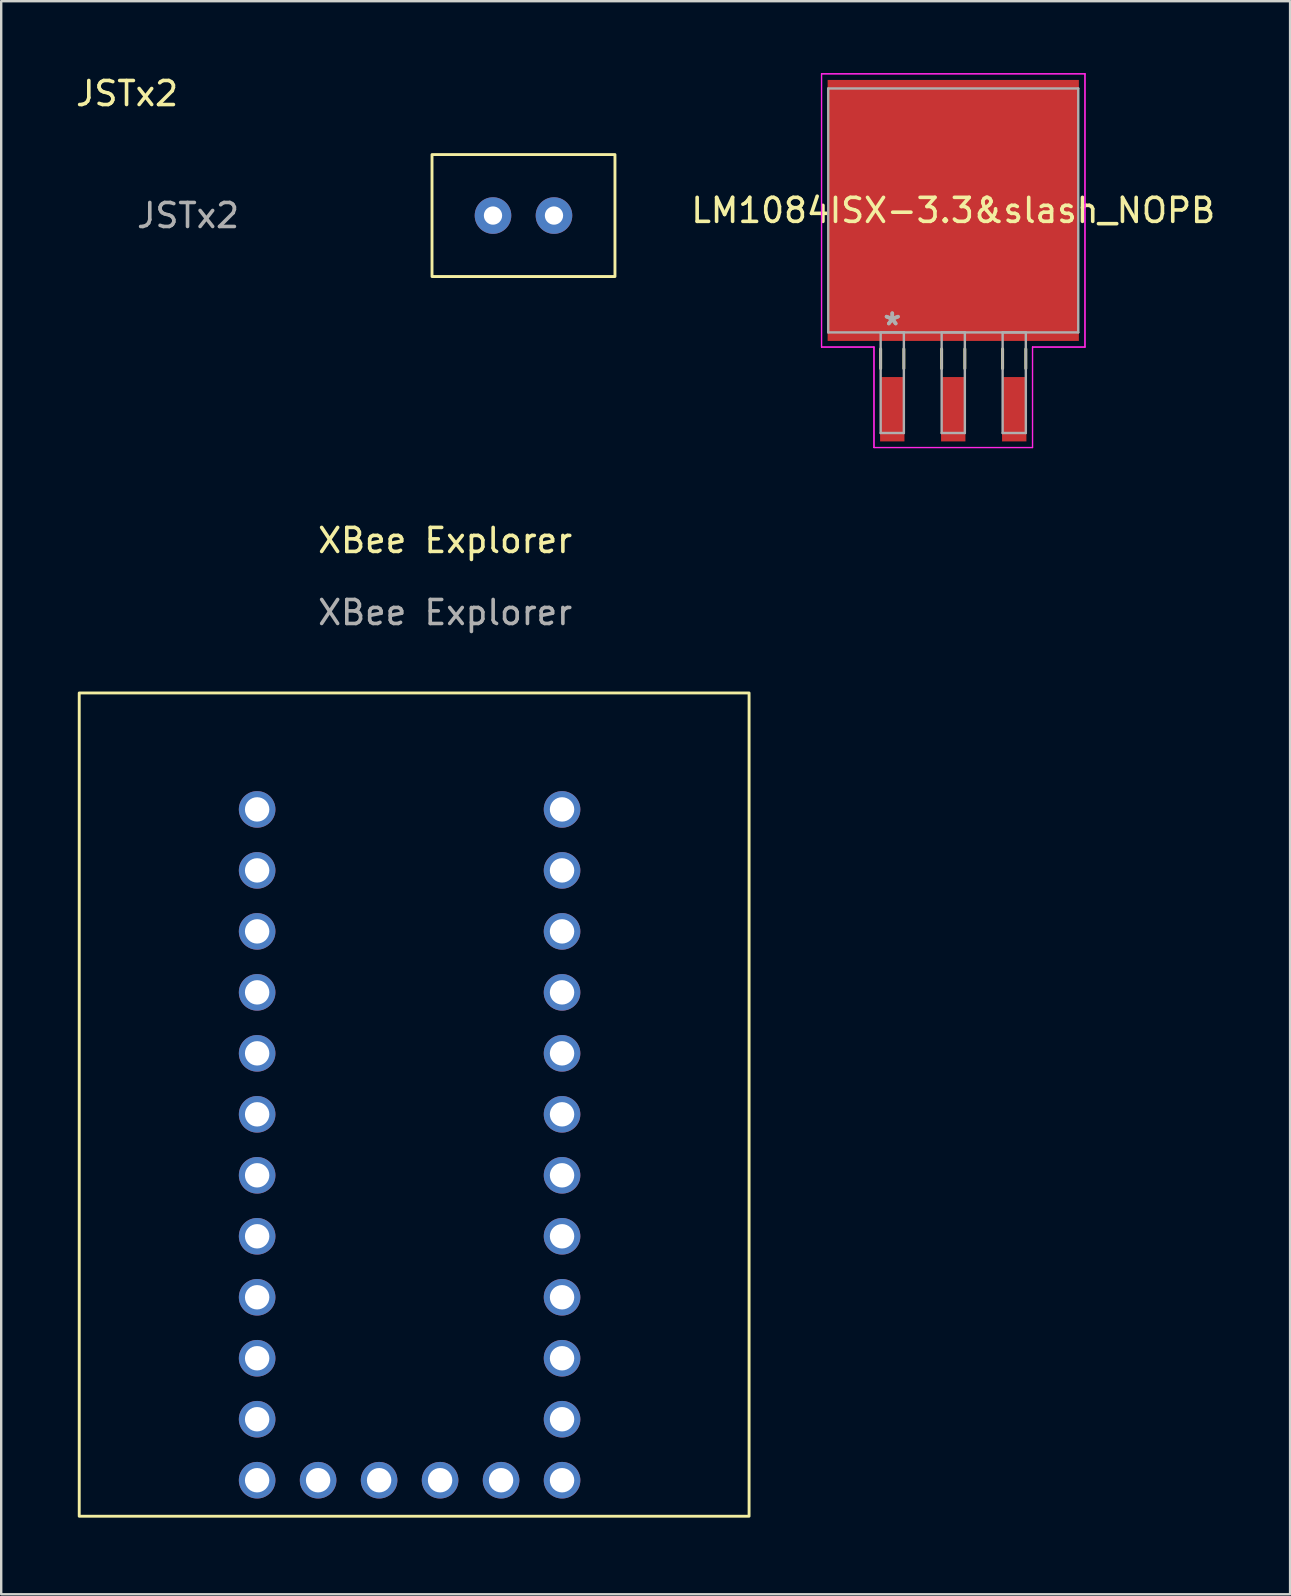
<source format=kicad_pcb>
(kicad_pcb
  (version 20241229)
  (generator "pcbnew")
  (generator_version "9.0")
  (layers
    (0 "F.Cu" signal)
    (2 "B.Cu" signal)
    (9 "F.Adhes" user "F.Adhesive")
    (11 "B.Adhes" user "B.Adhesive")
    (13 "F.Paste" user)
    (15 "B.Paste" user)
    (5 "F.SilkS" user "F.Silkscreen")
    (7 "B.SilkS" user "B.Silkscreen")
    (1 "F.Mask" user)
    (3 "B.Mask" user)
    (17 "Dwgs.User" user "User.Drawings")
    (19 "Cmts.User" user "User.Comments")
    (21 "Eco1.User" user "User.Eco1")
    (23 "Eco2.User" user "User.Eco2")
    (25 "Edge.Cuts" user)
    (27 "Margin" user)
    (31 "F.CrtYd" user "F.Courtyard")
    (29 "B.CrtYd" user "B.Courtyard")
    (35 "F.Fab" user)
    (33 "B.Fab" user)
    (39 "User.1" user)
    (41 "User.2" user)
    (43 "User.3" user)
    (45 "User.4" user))
  (footprint "XBee Explorer"
    (layer "F.Cu")
    (at 0.25 60.103)
    (property "Reference" "XBee Explorer" (at 15.24 -40.64 0) (unlocked yes) (layer "F.SilkS") (effects (font (size 1 1) (thickness 0.15))))
    (attr through_hole)
    (fp_rect (start 0 0) (end 27.9 -34.29) (stroke (width 0.12) (type solid)) (fill no) (layer "F.SilkS"))
    (fp_text user "${REFERENCE}" (at 15.24 -37.64 0) (unlocked yes) (layer "F.Fab") (effects (font (size 1 1) (thickness 0.15))))
    (pad "1" thru_hole circle (at 9.95 -1.5) (size 1.524 1.524) (drill 1.016) (layers "*.Cu" "*.Mask" "Eco1.User"))
    (pad "2" thru_hole circle (at 12.49 -1.5) (size 1.524 1.524) (drill 1.016) (layers "*.Cu" "*.Mask"))
    (pad "3" thru_hole circle (at 15.03 -1.5) (size 1.524 1.524) (drill 1.016) (layers "*.Cu" "*.Mask"))
    (pad "4" thru_hole circle (at 17.57 -1.5) (size 1.524 1.524) (drill 1.016) (layers "*.Cu" "*.Mask"))
    (pad "5" thru_hole circle (at 7.41 -1.5) (size 1.524 1.524) (drill 1.016) (layers "*.Cu" "*.Mask"))
    (pad "6" thru_hole circle (at 20.11 -1.5) (size 1.524 1.524) (drill 1.016) (layers "*.Cu" "*.Mask"))
    (pad "7" thru_hole circle (at 20.11 -4.04) (size 1.524 1.524) (drill 1.016) (layers "*.Cu" "*.Mask"))
    (pad "8" thru_hole circle (at 20.11 -6.58) (size 1.524 1.524) (drill 1.016) (layers "*.Cu" "*.Mask"))
    (pad "9" thru_hole circle (at 20.11 -9.12) (size 1.524 1.524) (drill 1.016) (layers "*.Cu" "*.Mask"))
    (pad "10" thru_hole circle (at 20.11 -11.66) (size 1.524 1.524) (drill 1.016) (layers "*.Cu" "*.Mask"))
    (pad "11" thru_hole circle (at 20.11 -14.2) (size 1.524 1.524) (drill 1.016) (layers "*.Cu" "*.Mask"))
    (pad "12" thru_hole circle (at 20.11 -16.74) (size 1.524 1.524) (drill 1.016) (layers "*.Cu" "*.Mask"))
    (pad "14" thru_hole circle (at 20.11 -19.28) (size 1.524 1.524) (drill 1.016) (layers "*.Cu" "*.Mask"))
    (pad "15" thru_hole circle (at 20.11 -21.82) (size 1.524 1.524) (drill 1.016) (layers "*.Cu" "*.Mask"))
    (pad "16" thru_hole circle (at 20.11 -24.36) (size 1.524 1.524) (drill 1.016) (layers "*.Cu" "*.Mask"))
    (pad "18" thru_hole circle (at 20.11 -26.9) (size 1.524 1.524) (drill 1.016) (layers "*.Cu" "*.Mask"))
    (pad "19" thru_hole circle (at 20.11 -29.44) (size 1.524 1.524) (drill 1.016) (layers "*.Cu" "*.Mask"))
    (pad "20" thru_hole circle (at 7.41 -4.04) (size 1.524 1.524) (drill 1.016) (layers "*.Cu" "*.Mask"))
    (pad "21" thru_hole circle (at 7.41 -6.58) (size 1.524 1.524) (drill 1.016) (layers "*.Cu" "*.Mask"))
    (pad "22" thru_hole circle (at 7.41 -9.12) (size 1.524 1.524) (drill 1.016) (layers "*.Cu" "*.Mask"))
    (pad "23" thru_hole circle (at 7.41 -14.2) (size 1.524 1.524) (drill 1.016) (layers "*.Cu" "*.Mask"))
    (pad "24" thru_hole circle (at 7.41 -11.66) (size 1.524 1.524) (drill 1.016) (layers "*.Cu" "*.Mask"))
    (pad "25" thru_hole circle (at 7.41 -16.74) (size 1.524 1.524) (drill 1.016) (layers "*.Cu" "*.Mask"))
    (pad "26" thru_hole circle (at 7.41 -19.28) (size 1.524 1.524) (drill 1.016) (layers "*.Cu" "*.Mask"))
    (pad "27" thru_hole circle (at 7.41 -21.82) (size 1.524 1.524) (drill 1.016) (layers "*.Cu" "*.Mask"))
    (pad "29" thru_hole circle (at 7.41 -24.36) (size 1.524 1.524) (drill 1.016) (layers "*.Cu" "*.Mask"))
    (pad "30" thru_hole circle (at 7.41 -26.9) (size 1.524 1.524) (drill 1.016) (layers "*.Cu" "*.Mask"))
    (pad "32" thru_hole circle (at 7.41 -29.44) (size 1.524 1.524) (drill 1.016) (layers "*.Cu" "*.Mask")))
  (footprint "LM1084ISX-3.3&slash_NOPB"
    (layer "F.Cu")
    (at 36.654 5.715)
    (property "Reference" "LM1084ISX-3.3&slash_NOPB" (at 0 0 0) (layer "F.SilkS") (effects (font (size 1 1) (thickness 0.15))))
    (attr through_hole)
    (fp_line (start -3.023 5.768) (end -3.023 6.584) (stroke (width 0.12) (type solid)) (layer "F.SilkS"))
    (fp_line (start -2.057 5.768) (end -2.057 6.584) (stroke (width 0.12) (type solid)) (layer "F.SilkS"))
    (fp_line (start -0.483 5.768) (end -0.483 6.584) (stroke (width 0.12) (type solid)) (layer "F.SilkS"))
    (fp_line (start 0.483 5.768) (end 0.483 6.584) (stroke (width 0.12) (type solid)) (layer "F.SilkS"))
    (fp_line (start 2.057 5.768) (end 2.057 6.584) (stroke (width 0.12) (type solid)) (layer "F.SilkS"))
    (fp_line (start 3.023 5.768) (end 3.023 6.584) (stroke (width 0.12) (type solid)) (layer "F.SilkS"))
    (fp_line (start -5.486 -5.69) (end 5.486 -5.69) (stroke (width 0.05) (type solid)) (layer "F.CrtYd"))
    (fp_line (start -5.486 -5.69) (end 5.486 -5.69) (stroke (width 0.05) (type solid)) (layer "F.CrtYd"))
    (fp_line (start -5.486 5.69) (end -5.486 -5.69) (stroke (width 0.05) (type solid)) (layer "F.CrtYd"))
    (fp_line (start -5.486 5.69) (end -5.486 -5.69) (stroke (width 0.05) (type solid)) (layer "F.CrtYd"))
    (fp_line (start -3.302 5.69) (end -5.486 5.69) (stroke (width 0.05) (type solid)) (layer "F.CrtYd"))
    (fp_line (start -3.302 5.69) (end -5.486 5.69) (stroke (width 0.05) (type solid)) (layer "F.CrtYd"))
    (fp_line (start -3.302 9.875) (end -3.302 5.69) (stroke (width 0.05) (type solid)) (layer "F.CrtYd"))
    (fp_line (start -3.302 9.875) (end -3.302 5.69) (stroke (width 0.05) (type solid)) (layer "F.CrtYd"))
    (fp_line (start 3.302 5.69) (end 3.302 9.875) (stroke (width 0.05) (type solid)) (layer "F.CrtYd"))
    (fp_line (start 3.302 5.69) (end 3.302 9.875) (stroke (width 0.05) (type solid)) (layer "F.CrtYd"))
    (fp_line (start 3.302 9.875) (end -3.302 9.875) (stroke (width 0.05) (type solid)) (layer "F.CrtYd"))
    (fp_line (start 3.302 9.875) (end -3.302 9.875) (stroke (width 0.05) (type solid)) (layer "F.CrtYd"))
    (fp_line (start 5.486 -5.69) (end 5.486 5.69) (stroke (width 0.05) (type solid)) (layer "F.CrtYd"))
    (fp_line (start 5.486 -5.69) (end 5.486 5.69) (stroke (width 0.05) (type solid)) (layer "F.CrtYd"))
    (fp_line (start 5.486 5.69) (end 3.302 5.69) (stroke (width 0.05) (type solid)) (layer "F.CrtYd"))
    (fp_line (start 5.486 5.69) (end 3.302 5.69) (stroke (width 0.05) (type solid)) (layer "F.CrtYd"))
    (fp_line (start -5.207 -5.08) (end -5.207 5.08) (stroke (width 0.1) (type solid)) (layer "F.Fab"))
    (fp_line (start -5.207 5.08) (end 5.207 5.08) (stroke (width 0.1) (type solid)) (layer "F.Fab"))
    (fp_line (start -3.023 5.08) (end -3.023 9.271) (stroke (width 0.1) (type solid)) (layer "F.Fab"))
    (fp_line (start -3.023 9.271) (end -2.057 9.271) (stroke (width 0.1) (type solid)) (layer "F.Fab"))
    (fp_line (start -2.057 5.08) (end -3.023 5.08) (stroke (width 0.1) (type solid)) (layer "F.Fab"))
    (fp_line (start -2.057 9.271) (end -2.057 5.08) (stroke (width 0.1) (type solid)) (layer "F.Fab"))
    (fp_line (start -0.483 5.08) (end -0.483 9.271) (stroke (width 0.1) (type solid)) (layer "F.Fab"))
    (fp_line (start -0.483 9.271) (end 0.483 9.271) (stroke (width 0.1) (type solid)) (layer "F.Fab"))
    (fp_line (start 0.483 5.08) (end -0.483 5.08) (stroke (width 0.1) (type solid)) (layer "F.Fab"))
    (fp_line (start 0.483 9.271) (end 0.483 5.08) (stroke (width 0.1) (type solid)) (layer "F.Fab"))
    (fp_line (start 2.057 5.08) (end 2.057 9.271) (stroke (width 0.1) (type solid)) (layer "F.Fab"))
    (fp_line (start 2.057 9.271) (end 3.023 9.271) (stroke (width 0.1) (type solid)) (layer "F.Fab"))
    (fp_line (start 3.023 5.08) (end 2.057 5.08) (stroke (width 0.1) (type solid)) (layer "F.Fab"))
    (fp_line (start 3.023 9.271) (end 3.023 5.08) (stroke (width 0.1) (type solid)) (layer "F.Fab"))
    (fp_line (start 5.207 -5.08) (end -5.207 -5.08) (stroke (width 0.1) (type solid)) (layer "F.Fab"))
    (fp_line (start 5.207 5.08) (end 5.207 -5.08) (stroke (width 0.1) (type solid)) (layer "F.Fab"))
    (fp_text user "Copyright 2021 Accelerated Designs. All rights reserved." (at 0 0 0) (layer "Cmts.User") (effects (font (size 0.127 0.127) (thickness 0.002))))
    (fp_text user "*" (at -2.54 4.826 0) (layer "F.Fab") (effects (font (size 1 1) (thickness 0.15))))
    (fp_text user "*" (at -2.54 4.826 0) (layer "F.Fab") (effects (font (size 1 1) (thickness 0.15))))
    (pad "1" smd rect (at -2.54 8.28) (size 1.015 2.681) (layers "F.Cu" "F.Mask" "F.Paste"))
    (pad "2" smd rect (at 0 8.28) (size 1.015 2.681) (layers "F.Cu" "F.Mask" "F.Paste"))
    (pad "3" smd rect (at 2.54 8.28) (size 1.015 2.681) (layers "F.Cu" "F.Mask" "F.Paste"))
    (pad "4" smd rect (at 0 0) (size 10.465 10.871) (layers "F.Cu" "F.Mask" "F.Paste")))
  (footprint "JSTx2"
    (layer "F.Cu")
    (at 14.944 8.468)
    (property "Reference" "JSTx2" (at -12.7 -7.62 0) (unlocked yes) (layer "F.SilkS") (effects (font (size 1 1) (thickness 0.15))))
    (attr through_hole)
    (fp_rect (start 0 0) (end 7.62 -5.08) (stroke (width 0.12) (type solid)) (fill no) (layer "F.SilkS"))
    (fp_text user "${REFERENCE}" (at -10.16 -2.54 0) (unlocked yes) (layer "F.Fab") (effects (font (size 1 1) (thickness 0.15))))
    (pad "1" thru_hole circle (at 2.54 -2.54) (size 1.524 1.524) (drill 0.762) (layers "*.Cu" "*.Mask"))
    (pad "2" thru_hole circle (at 5.08 -2.54) (size 1.524 1.524) (drill 0.762) (layers "*.Cu" "*.Mask")))
  (gr_rect
    (start -3 -3)
    (end 50.684 63.353)
    (stroke (width 0.1) (type default))
    (fill no)
    (layer "Edge.Cuts")))
</source>
